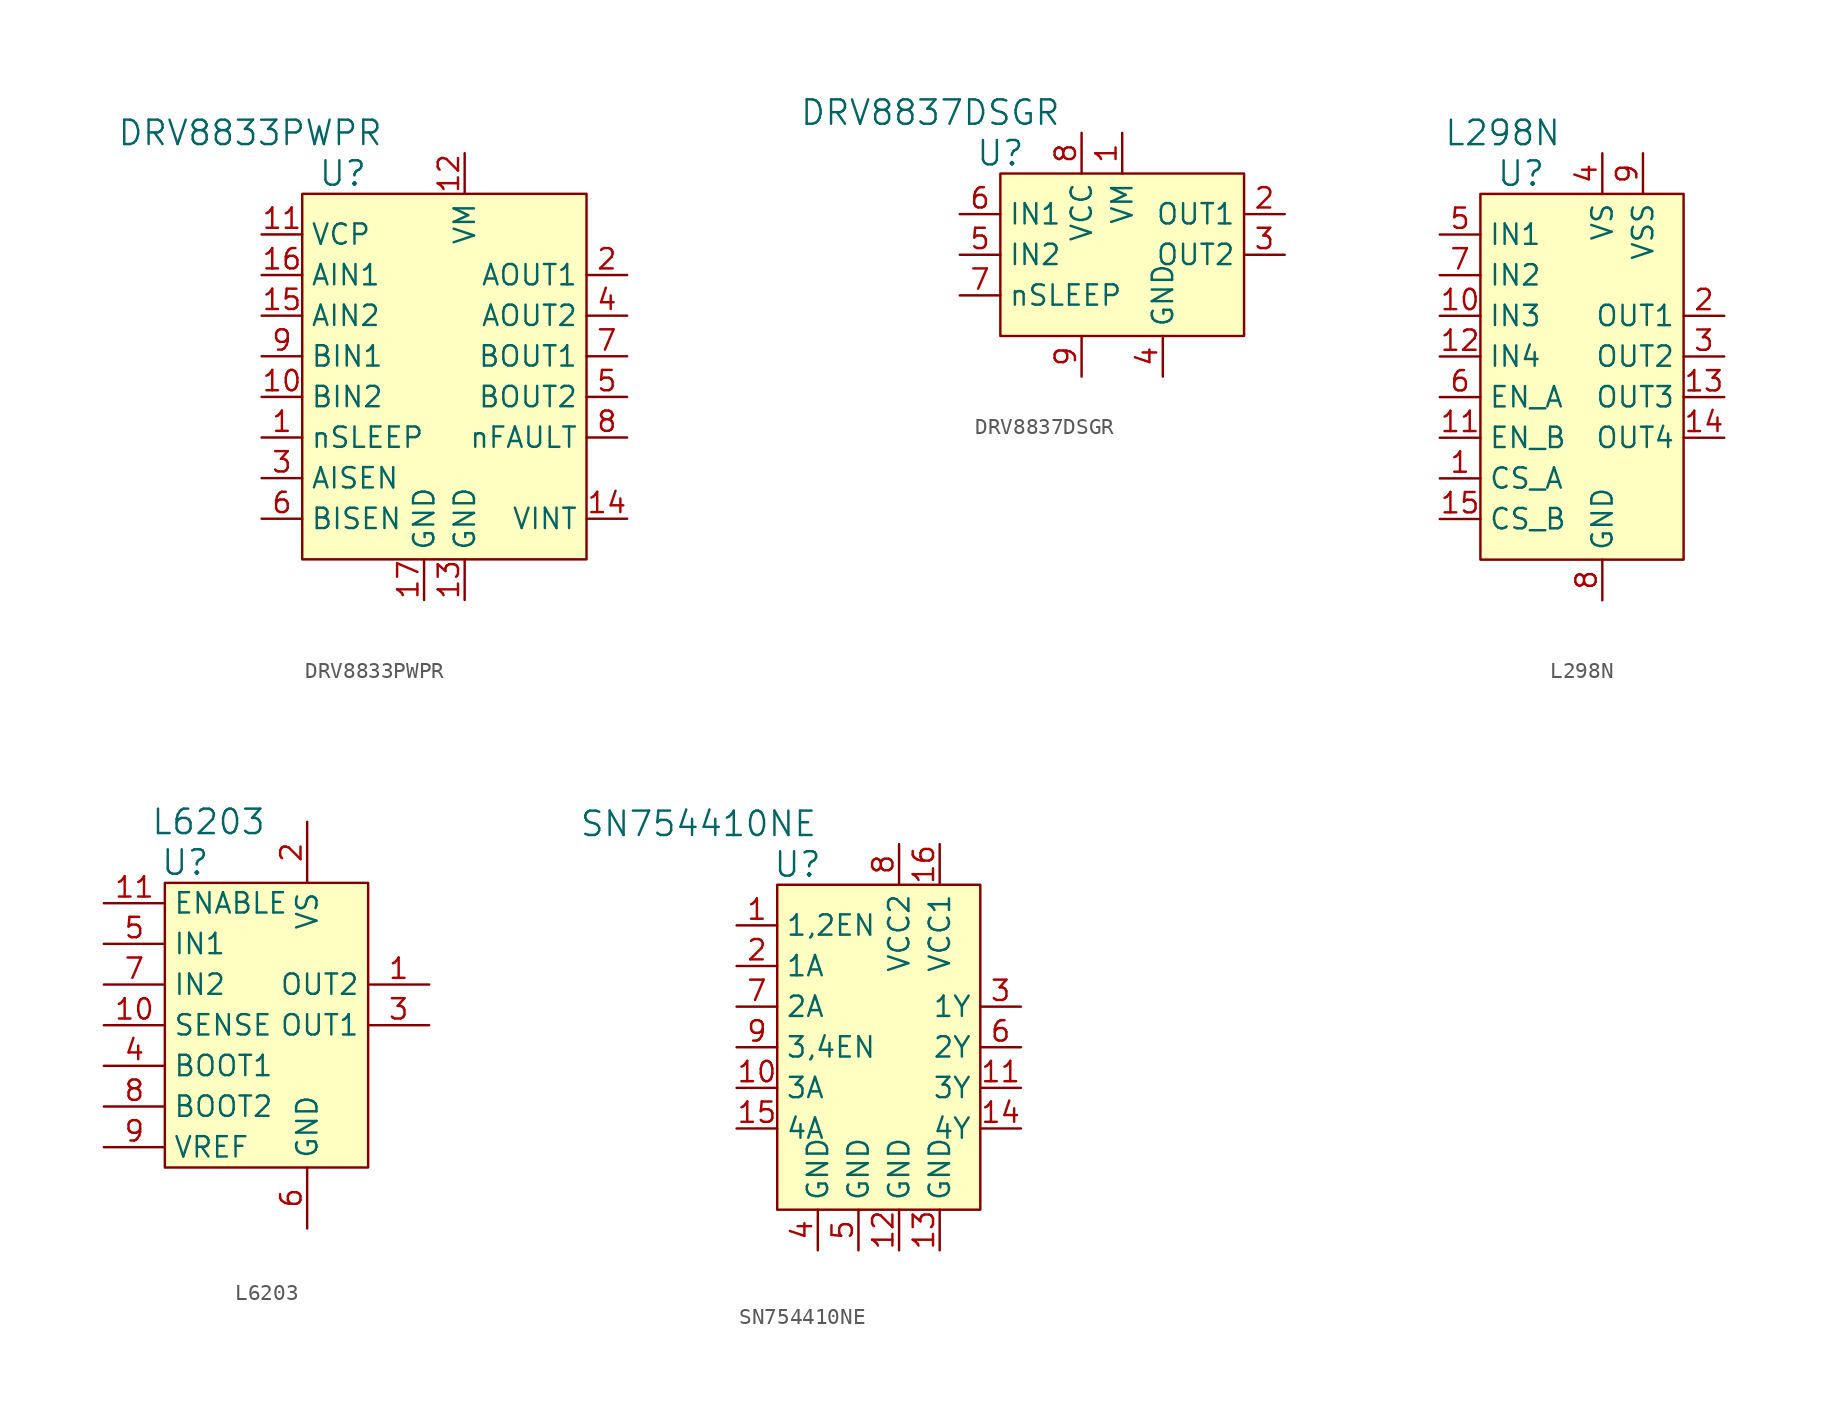
<source format=kicad_sym>
(kicad_symbol_lib
  (version 20231120)
  (generator "kicad_symbol_editor")
  (generator_version "8.0")
  (symbol "DRV8833PWPR"
    (property "Reference" "U"
      (at -7.62 13.97 0)
      (effects (font (size 1.524 1.524))))
    (property "Value" "DRV8833PWPR"
      (at -5.08 16.51 0)
      (effects (font (size 1.524 1.524)) (justify right)))
    (symbol "DRV8833PWPR_0_1"
      (rectangle (start -10.16 12.7) (end 7.62 -10.16) (stroke (width 0) (type default)) (fill (type background))))
    (symbol "DRV8833PWPR_1_1"
      (pin input line (at -12.7 -2.54 0) (length 2.54) (name "nSLEEP" (effects (font (size 1.27 1.27)))) (number "1" (effects (font (size 1.27 1.27)))))
      (pin input line (at -12.7 0 0) (length 2.54) (name "BIN2" (effects (font (size 1.27 1.27)))) (number "10" (effects (font (size 1.27 1.27)))))
      (pin bidirectional line (at -12.7 10.16 0) (length 2.54) (name "VCP" (effects (font (size 1.27 1.27)))) (number "11" (effects (font (size 1.27 1.27)))))
      (pin power_in line (at 0 15.24 270) (length 2.54) (name "VM" (effects (font (size 1.27 1.27)))) (number "12" (effects (font (size 1.27 1.27)))))
      (pin power_in line (at 0 -12.7 90) (length 2.54) (name "GND" (effects (font (size 1.27 1.27)))) (number "13" (effects (font (size 1.27 1.27)))))
      (pin passive line (at 10.16 -7.62 180) (length 2.54) (name "VINT" (effects (font (size 1.27 1.27)))) (number "14" (effects (font (size 1.27 1.27)))))
      (pin input line (at -12.7 5.08 0) (length 2.54) (name "AIN2" (effects (font (size 1.27 1.27)))) (number "15" (effects (font (size 1.27 1.27)))))
      (pin input line (at -12.7 7.62 0) (length 2.54) (name "AIN1" (effects (font (size 1.27 1.27)))) (number "16" (effects (font (size 1.27 1.27)))))
      (pin unspecified line (at -2.54 -12.7 90) (length 2.54) (name "GND" (effects (font (size 1.27 1.27)))) (number "17" (effects (font (size 1.27 1.27)))))
      (pin output line (at 10.16 7.62 180) (length 2.54) (name "AOUT1" (effects (font (size 1.27 1.27)))) (number "2" (effects (font (size 1.27 1.27)))))
      (pin bidirectional line (at -12.7 -5.08 0) (length 2.54) (name "AISEN" (effects (font (size 1.27 1.27)))) (number "3" (effects (font (size 1.27 1.27)))))
      (pin output line (at 10.16 5.08 180) (length 2.54) (name "AOUT2" (effects (font (size 1.27 1.27)))) (number "4" (effects (font (size 1.27 1.27)))))
      (pin output line (at 10.16 0 180) (length 2.54) (name "BOUT2" (effects (font (size 1.27 1.27)))) (number "5" (effects (font (size 1.27 1.27)))))
      (pin bidirectional line (at -12.7 -7.62 0) (length 2.54) (name "BISEN" (effects (font (size 1.27 1.27)))) (number "6" (effects (font (size 1.27 1.27)))))
      (pin output line (at 10.16 2.54 180) (length 2.54) (name "BOUT1" (effects (font (size 1.27 1.27)))) (number "7" (effects (font (size 1.27 1.27)))))
      (pin output line (at 10.16 -2.54 180) (length 2.54) (name "nFAULT" (effects (font (size 1.27 1.27)))) (number "8" (effects (font (size 1.27 1.27)))))
      (pin input line (at -12.7 2.54 0) (length 2.54) (name "BIN1" (effects (font (size 1.27 1.27)))) (number "9" (effects (font (size 1.27 1.27)))))))
  (symbol "DRV8837DSGR"
    (property "Reference" "U"
      (at -7.62 6.35 0)
      (effects (font (size 1.524 1.524))))
    (property "Value" "DRV8837DSGR"
      (at -3.81 8.89 0)
      (effects (font (size 1.524 1.524)) (justify right)))
    (symbol "DRV8837DSGR_0_1"
      (rectangle (start -7.62 5.08) (end 7.62 -5.08) (stroke (width 0) (type default)) (fill (type background))))
    (symbol "DRV8837DSGR_1_1"
      (pin power_in line (at 0 7.62 270) (length 2.54) (name "VM" (effects (font (size 1.27 1.27)))) (number "1" (effects (font (size 1.27 1.27)))))
      (pin output line (at 10.16 2.54 180) (length 2.54) (name "OUT1" (effects (font (size 1.27 1.27)))) (number "2" (effects (font (size 1.27 1.27)))))
      (pin output line (at 10.16 0 180) (length 2.54) (name "OUT2" (effects (font (size 1.27 1.27)))) (number "3" (effects (font (size 1.27 1.27)))))
      (pin power_in line (at 2.54 -7.62 90) (length 2.54) (name "GND" (effects (font (size 1.27 1.27)))) (number "4" (effects (font (size 1.27 1.27)))))
      (pin input line (at -10.16 0 0) (length 2.54) (name "IN2" (effects (font (size 1.27 1.27)))) (number "5" (effects (font (size 1.27 1.27)))))
      (pin input line (at -10.16 2.54 0) (length 2.54) (name "IN1" (effects (font (size 1.27 1.27)))) (number "6" (effects (font (size 1.27 1.27)))))
      (pin input line (at -10.16 -2.54 0) (length 2.54) (name "nSLEEP" (effects (font (size 1.27 1.27)))) (number "7" (effects (font (size 1.27 1.27)))))
      (pin power_in line (at -2.54 7.62 270) (length 2.54) (name "VCC" (effects (font (size 1.27 1.27)))) (number "8" (effects (font (size 1.27 1.27)))))
      (pin unspecified line (at -2.54 -7.62 90) (length 2.54) (name "~" (effects (font (size 1.27 1.27)))) (number "9" (effects (font (size 1.27 1.27)))))))
  (symbol "L298N"
    (property "Reference" "U"
      (at -5.08 8.89 0)
      (effects (font (size 1.524 1.524))))
    (property "Value" "L298N"
      (at -2.54 11.43 0)
      (effects (font (size 1.524 1.524)) (justify right)))
    (symbol "L298N_0_1"
      (rectangle (start -7.62 7.62) (end 5.08 -15.24) (stroke (width 0) (type default)) (fill (type background))))
    (symbol "L298N_1_1"
      (pin input line (at -10.16 -10.16 0) (length 2.54) (name "CS_A" (effects (font (size 1.27 1.27)))) (number "1" (effects (font (size 1.27 1.27)))))
      (pin input line (at -10.16 0 0) (length 2.54) (name "IN3" (effects (font (size 1.27 1.27)))) (number "10" (effects (font (size 1.27 1.27)))))
      (pin input line (at -10.16 -7.62 0) (length 2.54) (name "EN_B" (effects (font (size 1.27 1.27)))) (number "11" (effects (font (size 1.27 1.27)))))
      (pin input line (at -10.16 -2.54 0) (length 2.54) (name "IN4" (effects (font (size 1.27 1.27)))) (number "12" (effects (font (size 1.27 1.27)))))
      (pin output line (at 7.62 -5.08 180) (length 2.54) (name "OUT3" (effects (font (size 1.27 1.27)))) (number "13" (effects (font (size 1.27 1.27)))))
      (pin output line (at 7.62 -7.62 180) (length 2.54) (name "OUT4" (effects (font (size 1.27 1.27)))) (number "14" (effects (font (size 1.27 1.27)))))
      (pin input line (at -10.16 -12.7 0) (length 2.54) (name "CS_B" (effects (font (size 1.27 1.27)))) (number "15" (effects (font (size 1.27 1.27)))))
      (pin output line (at 7.62 0 180) (length 2.54) (name "OUT1" (effects (font (size 1.27 1.27)))) (number "2" (effects (font (size 1.27 1.27)))))
      (pin output line (at 7.62 -2.54 180) (length 2.54) (name "OUT2" (effects (font (size 1.27 1.27)))) (number "3" (effects (font (size 1.27 1.27)))))
      (pin power_in line (at 0 10.16 270) (length 2.54) (name "VS" (effects (font (size 1.27 1.27)))) (number "4" (effects (font (size 1.27 1.27)))))
      (pin input line (at -10.16 5.08 0) (length 2.54) (name "IN1" (effects (font (size 1.27 1.27)))) (number "5" (effects (font (size 1.27 1.27)))))
      (pin input line (at -10.16 -5.08 0) (length 2.54) (name "EN_A" (effects (font (size 1.27 1.27)))) (number "6" (effects (font (size 1.27 1.27)))))
      (pin input line (at -10.16 2.54 0) (length 2.54) (name "IN2" (effects (font (size 1.27 1.27)))) (number "7" (effects (font (size 1.27 1.27)))))
      (pin power_in line (at 0 -17.78 90) (length 2.54) (name "GND" (effects (font (size 1.27 1.27)))) (number "8" (effects (font (size 1.27 1.27)))))
      (pin power_in line (at 2.54 10.16 270) (length 2.54) (name "VSS" (effects (font (size 1.27 1.27)))) (number "9" (effects (font (size 1.27 1.27)))))))
  (symbol "L6203"
    (property "Reference" "U"
      (at -5.08 10.16 0)
      (effects (font (size 1.524 1.524))))
    (property "Value" "L6203"
      (at 0 12.7 0)
      (effects (font (size 1.524 1.524)) (justify right)))
    (symbol "L6203_0_1"
      (rectangle (start -6.35 8.89) (end 6.35 -8.89) (stroke (width 0) (type default)) (fill (type background))))
    (symbol "L6203_1_1"
      (pin output line (at 10.16 2.54 180) (length 3.81) (name "OUT2" (effects (font (size 1.27 1.27)))) (number "1" (effects (font (size 1.27 1.27)))))
      (pin input line (at -10.16 0 0) (length 3.81) (name "SENSE" (effects (font (size 1.27 1.27)))) (number "10" (effects (font (size 1.27 1.27)))))
      (pin input line (at -10.16 7.62 0) (length 3.81) (name "ENABLE" (effects (font (size 1.27 1.27)))) (number "11" (effects (font (size 1.27 1.27)))))
      (pin power_in line (at 2.54 12.7 270) (length 3.81) (name "VS" (effects (font (size 1.27 1.27)))) (number "2" (effects (font (size 1.27 1.27)))))
      (pin output line (at 10.16 0 180) (length 3.81) (name "OUT1" (effects (font (size 1.27 1.27)))) (number "3" (effects (font (size 1.27 1.27)))))
      (pin passive line (at -10.16 -2.54 0) (length 3.81) (name "BOOT1" (effects (font (size 1.27 1.27)))) (number "4" (effects (font (size 1.27 1.27)))))
      (pin input line (at -10.16 5.08 0) (length 3.81) (name "IN1" (effects (font (size 1.27 1.27)))) (number "5" (effects (font (size 1.27 1.27)))))
      (pin power_in line (at 2.54 -12.7 90) (length 3.81) (name "GND" (effects (font (size 1.27 1.27)))) (number "6" (effects (font (size 1.27 1.27)))))
      (pin input line (at -10.16 2.54 0) (length 3.81) (name "IN2" (effects (font (size 1.27 1.27)))) (number "7" (effects (font (size 1.27 1.27)))))
      (pin passive line (at -10.16 -5.08 0) (length 3.81) (name "BOOT2" (effects (font (size 1.27 1.27)))) (number "8" (effects (font (size 1.27 1.27)))))
      (pin passive line (at -10.16 -7.62 0) (length 3.81) (name "VREF" (effects (font (size 1.27 1.27)))) (number "9" (effects (font (size 1.27 1.27)))))))
  (symbol "SN754410NE"
    (property "Reference" "U"
      (at -3.81 6.35 0)
      (effects (font (size 1.524 1.524))))
    (property "Value" "SN754410NE"
      (at -2.54 8.89 0)
      (effects (font (size 1.524 1.524)) (justify right)))
    (symbol "SN754410NE_0_1"
      (rectangle (start -5.08 5.08) (end 7.62 -15.24) (stroke (width 0) (type default)) (fill (type background))))
    (symbol "SN754410NE_1_1"
      (pin input line (at -7.62 2.54 0) (length 2.54) (name "1,2EN" (effects (font (size 1.27 1.27)))) (number "1" (effects (font (size 1.27 1.27)))))
      (pin input line (at -7.62 -7.62 0) (length 2.54) (name "3A" (effects (font (size 1.27 1.27)))) (number "10" (effects (font (size 1.27 1.27)))))
      (pin output line (at 10.16 -7.62 180) (length 2.54) (name "3Y" (effects (font (size 1.27 1.27)))) (number "11" (effects (font (size 1.27 1.27)))))
      (pin power_in line (at 2.54 -17.78 90) (length 2.54) (name "GND" (effects (font (size 1.27 1.27)))) (number "12" (effects (font (size 1.27 1.27)))))
      (pin power_in line (at 5.08 -17.78 90) (length 2.54) (name "GND" (effects (font (size 1.27 1.27)))) (number "13" (effects (font (size 1.27 1.27)))))
      (pin output line (at 10.16 -10.16 180) (length 2.54) (name "4Y" (effects (font (size 1.27 1.27)))) (number "14" (effects (font (size 1.27 1.27)))))
      (pin input line (at -7.62 -10.16 0) (length 2.54) (name "4A" (effects (font (size 1.27 1.27)))) (number "15" (effects (font (size 1.27 1.27)))))
      (pin power_in line (at 5.08 7.62 270) (length 2.54) (name "VCC1" (effects (font (size 1.27 1.27)))) (number "16" (effects (font (size 1.27 1.27)))))
      (pin input line (at -7.62 0 0) (length 2.54) (name "1A" (effects (font (size 1.27 1.27)))) (number "2" (effects (font (size 1.27 1.27)))))
      (pin output line (at 10.16 -2.54 180) (length 2.54) (name "1Y" (effects (font (size 1.27 1.27)))) (number "3" (effects (font (size 1.27 1.27)))))
      (pin power_in line (at -2.54 -17.78 90) (length 2.54) (name "GND" (effects (font (size 1.27 1.27)))) (number "4" (effects (font (size 1.27 1.27)))))
      (pin power_in line (at 0 -17.78 90) (length 2.54) (name "GND" (effects (font (size 1.27 1.27)))) (number "5" (effects (font (size 1.27 1.27)))))
      (pin output line (at 10.16 -5.08 180) (length 2.54) (name "2Y" (effects (font (size 1.27 1.27)))) (number "6" (effects (font (size 1.27 1.27)))))
      (pin input line (at -7.62 -2.54 0) (length 2.54) (name "2A" (effects (font (size 1.27 1.27)))) (number "7" (effects (font (size 1.27 1.27)))))
      (pin power_in line (at 2.54 7.62 270) (length 2.54) (name "VCC2" (effects (font (size 1.27 1.27)))) (number "8" (effects (font (size 1.27 1.27)))))
      (pin input line (at -7.62 -5.08 0) (length 2.54) (name "3,4EN" (effects (font (size 1.27 1.27)))) (number "9" (effects (font (size 1.27 1.27))))))))
</source>
